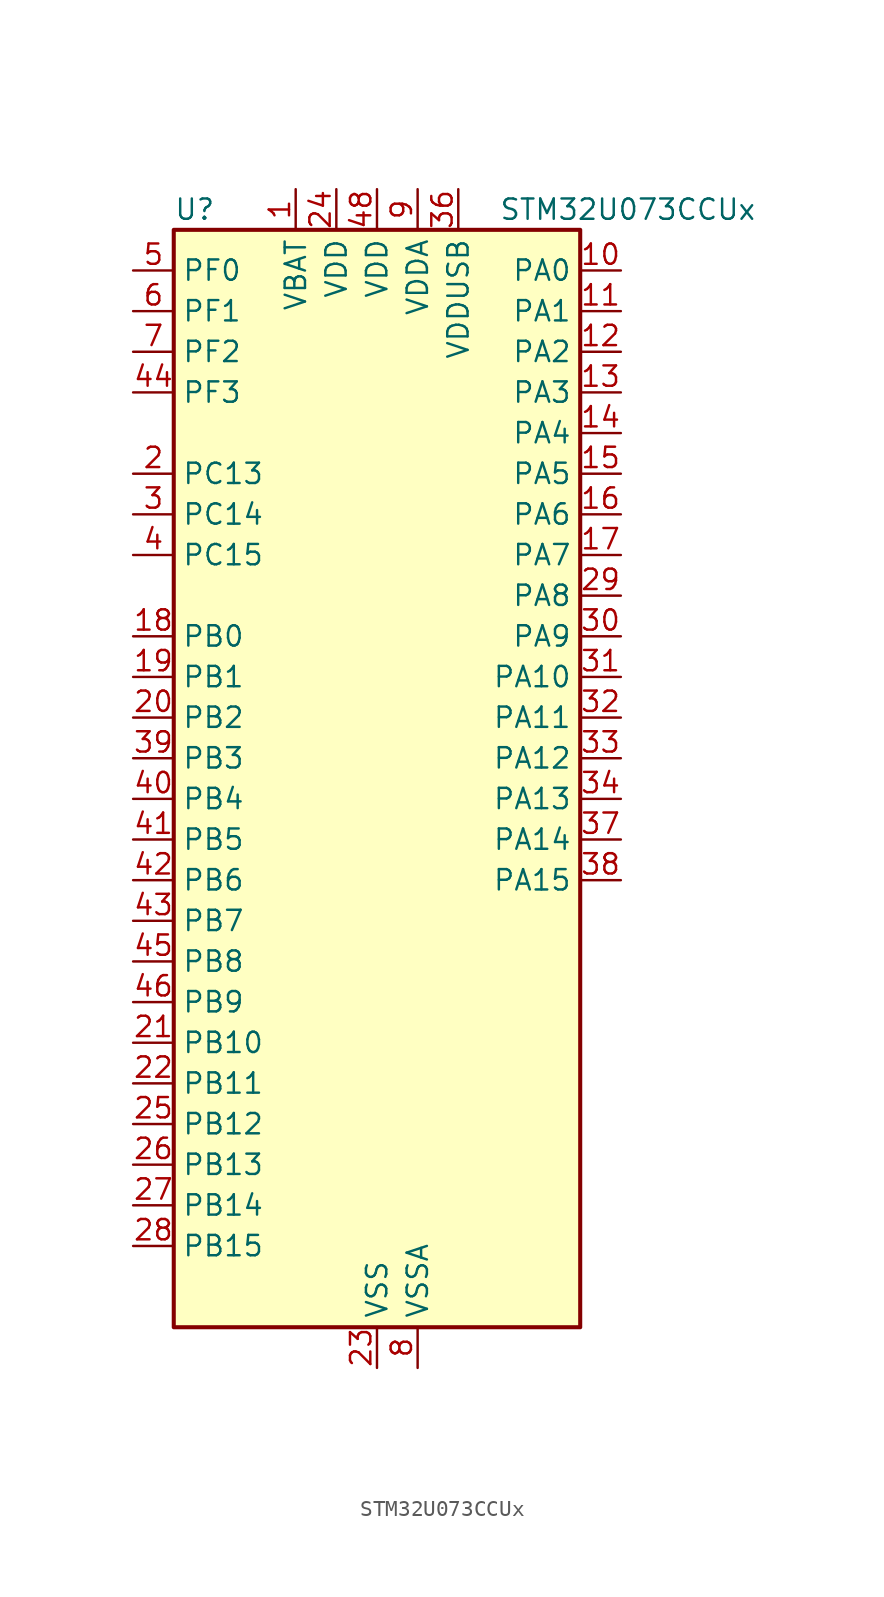
<source format=kicad_sym>
(kicad_symbol_lib
  (version 20231120)
  (generator "kicad_symbol_editor")
  (generator_version "8.99")
  (symbol "STM32U073CCUx"
    (property "Reference" "U"
      (at -12.7 36.83 0)
      (effects (font (size 1.27 1.27)) (justify left)))
    (property "Value" "STM32U073CCUx"
      (at 7.62 36.83 0)
      (effects (font (size 1.27 1.27)) (justify left)))
    (property "ki_locked" ""
      (at 0 0 0)
      (effects (font (size 1.27 1.27))))
    (symbol "STM32U073CCUx_0_1"
      (rectangle (start -12.7 -33.02) (end 12.7 35.56) (stroke (width 0.254) (type default)) (fill (type background))))
    (symbol "STM32U073CCUx_1_1"
      (pin power_in line (at -5.08 38.1 270) (length 2.54) (name "VBAT" (effects (font (size 1.27 1.27)))) (number "1" (effects (font (size 1.27 1.27)))))
      (pin bidirectional line (at 15.24 33.02 180) (length 2.54) (name "PA0" (effects (font (size 1.27 1.27)))) (number "10" (effects (font (size 1.27 1.27)))) (alternate "ADC1_IN4" bidirectional line) (alternate "COMP1_INM" bidirectional line) (alternate "COMP1_OUT" bidirectional line) (alternate "LCD_SEG42" bidirectional line) (alternate "OPAMP1_VINP" bidirectional line) (alternate "PWR_WKUP1" bidirectional line) (alternate "TAMP_IN2" bidirectional line) (alternate "TIM2_CH1" bidirectional line) (alternate "TIM2_ETR" bidirectional line) (alternate "USART2_CTS" bidirectional line) (alternate "USART4_TX" bidirectional line))
      (pin bidirectional line (at 15.24 30.48 180) (length 2.54) (name "PA1" (effects (font (size 1.27 1.27)))) (number "11" (effects (font (size 1.27 1.27)))) (alternate "ADC1_IN5" bidirectional line) (alternate "COMP1_INP" bidirectional line) (alternate "LCD_SEG0" bidirectional line) (alternate "LPTIM1_CH2" bidirectional line) (alternate "OPAMP1_VINM" bidirectional line) (alternate "PWR_WKUP3" bidirectional line) (alternate "SPI1_SCK" bidirectional line) (alternate "SPI2_SCK" bidirectional line) (alternate "TAMP_IN5" bidirectional line) (alternate "TIM15_CH1N" bidirectional line) (alternate "TIM2_CH2" bidirectional line) (alternate "USART2_DE" bidirectional line) (alternate "USART2_RTS" bidirectional line) (alternate "USART4_RX" bidirectional line))
      (pin bidirectional line (at 15.24 27.94 180) (length 2.54) (name "PA2" (effects (font (size 1.27 1.27)))) (number "12" (effects (font (size 1.27 1.27)))) (alternate "ADC1_IN6" bidirectional line) (alternate "COMP2_INM" bidirectional line) (alternate "COMP2_OUT" bidirectional line) (alternate "LCD_SEG1" bidirectional line) (alternate "LPUART1_TX" bidirectional line) (alternate "PWR_WKUP4" bidirectional line) (alternate "RCC_LSCO" bidirectional line) (alternate "TIM15_CH1" bidirectional line) (alternate "TIM2_CH3" bidirectional line) (alternate "USART2_TX" bidirectional line))
      (pin bidirectional line (at 15.24 25.4 180) (length 2.54) (name "PA3" (effects (font (size 1.27 1.27)))) (number "13" (effects (font (size 1.27 1.27)))) (alternate "ADC1_IN7" bidirectional line) (alternate "COMP2_INP" bidirectional line) (alternate "LCD_SEG2" bidirectional line) (alternate "LPUART1_RX" bidirectional line) (alternate "OPAMP1_VOUT" bidirectional line) (alternate "TIM15_CH2" bidirectional line) (alternate "TIM2_CH4" bidirectional line) (alternate "USART2_RX" bidirectional line))
      (pin bidirectional line (at 15.24 22.86 180) (length 2.54) (name "PA4" (effects (font (size 1.27 1.27)))) (number "14" (effects (font (size 1.27 1.27)))) (alternate "ADC1_IN8" bidirectional line) (alternate "COMP1_INM" bidirectional line) (alternate "COMP2_INM" bidirectional line) (alternate "DAC1_OUT1" bidirectional line) (alternate "LCD_SEG43" bidirectional line) (alternate "LPTIM2_CH1" bidirectional line) (alternate "LPUART3_TX" bidirectional line) (alternate "SPI1_NSS" bidirectional line) (alternate "SPI3_NSS" bidirectional line) (alternate "USART2_CK" bidirectional line))
      (pin bidirectional line (at 15.24 20.32 180) (length 2.54) (name "PA5" (effects (font (size 1.27 1.27)))) (number "15" (effects (font (size 1.27 1.27)))) (alternate "ADC1_IN9" bidirectional line) (alternate "COMP1_INM" bidirectional line) (alternate "COMP2_INM" bidirectional line) (alternate "LCD_SEG44" bidirectional line) (alternate "LPTIM2_ETR" bidirectional line) (alternate "LPUART3_RX" bidirectional line) (alternate "SPI1_SCK" bidirectional line) (alternate "TIM2_CH1" bidirectional line) (alternate "TIM2_ETR" bidirectional line) (alternate "USART3_TX" bidirectional line))
      (pin bidirectional line (at 15.24 17.78 180) (length 2.54) (name "PA6" (effects (font (size 1.27 1.27)))) (number "16" (effects (font (size 1.27 1.27)))) (alternate "ADC1_IN10" bidirectional line) (alternate "COMP1_OUT" bidirectional line) (alternate "I2C2_SDA" bidirectional line) (alternate "I2C3_SDA" bidirectional line) (alternate "LCD_SEG3" bidirectional line) (alternate "LPUART1_CTS" bidirectional line) (alternate "SPI1_MISO" bidirectional line) (alternate "TIM16_CH1" bidirectional line) (alternate "TIM1_BKIN" bidirectional line) (alternate "TIM3_CH1" bidirectional line) (alternate "TSC_G5_IO1" bidirectional line) (alternate "USART3_CTS" bidirectional line))
      (pin bidirectional line (at 15.24 15.24 180) (length 2.54) (name "PA7" (effects (font (size 1.27 1.27)))) (number "17" (effects (font (size 1.27 1.27)))) (alternate "ADC1_IN14" bidirectional line) (alternate "COMP2_OUT" bidirectional line) (alternate "I2C2_SCL" bidirectional line) (alternate "I2C3_SCL" bidirectional line) (alternate "LCD_SEG4" bidirectional line) (alternate "LPTIM2_CH2" bidirectional line) (alternate "SPI1_MOSI" bidirectional line) (alternate "TIM1_CH1N" bidirectional line) (alternate "TIM3_CH2" bidirectional line) (alternate "USART3_RX" bidirectional line))
      (pin bidirectional line (at -15.24 10.16 0) (length 2.54) (name "PB0" (effects (font (size 1.27 1.27)))) (number "18" (effects (font (size 1.27 1.27)))) (alternate "ADC1_IN17" bidirectional line) (alternate "COMP1_OUT" bidirectional line) (alternate "LCD_SEG5" bidirectional line) (alternate "LPTIM3_CH1" bidirectional line) (alternate "LPUART2_CTS" bidirectional line) (alternate "SPI1_NSS" bidirectional line) (alternate "TIM1_CH2N" bidirectional line) (alternate "TIM3_CH3" bidirectional line) (alternate "TSC_G5_IO2" bidirectional line) (alternate "USART3_CK" bidirectional line))
      (pin bidirectional line (at -15.24 7.62 0) (length 2.54) (name "PB1" (effects (font (size 1.27 1.27)))) (number "19" (effects (font (size 1.27 1.27)))) (alternate "ADC1_IN18" bidirectional line) (alternate "COMP1_INM" bidirectional line) (alternate "LCD_SEG6" bidirectional line) (alternate "LPTIM2_IN1" bidirectional line) (alternate "LPTIM3_CH2" bidirectional line) (alternate "LPUART1_DE" bidirectional line) (alternate "LPUART1_RTS" bidirectional line) (alternate "LPUART2_DE" bidirectional line) (alternate "LPUART2_RTS" bidirectional line) (alternate "TIM1_CH3N" bidirectional line) (alternate "TIM3_CH4" bidirectional line) (alternate "TSC_SYNC" bidirectional line) (alternate "USART3_DE" bidirectional line) (alternate "USART3_RTS" bidirectional line))
      (pin bidirectional line (at -15.24 20.32 0) (length 2.54) (name "PC13" (effects (font (size 1.27 1.27)))) (number "2" (effects (font (size 1.27 1.27)))) (alternate "LPTIM1_CH3" bidirectional line) (alternate "LPTIM3_CH3" bidirectional line) (alternate "PWR_WKUP2" bidirectional line) (alternate "RTC_OUT1" bidirectional line) (alternate "RTC_TS" bidirectional line) (alternate "TAMP_IN1" bidirectional line))
      (pin bidirectional line (at -15.24 5.08 0) (length 2.54) (name "PB2" (effects (font (size 1.27 1.27)))) (number "20" (effects (font (size 1.27 1.27)))) (alternate "COMP1_INP" bidirectional line) (alternate "LPTIM1_CH1" bidirectional line) (alternate "RTC_OUT2" bidirectional line))
      (pin bidirectional line (at -15.24 -15.24 0) (length 2.54) (name "PB10" (effects (font (size 1.27 1.27)))) (number "21" (effects (font (size 1.27 1.27)))) (alternate "COMP1_OUT" bidirectional line) (alternate "I2C2_SCL" bidirectional line) (alternate "I2C4_SCL" bidirectional line) (alternate "LCD_SEG10" bidirectional line) (alternate "LPTIM3_CH1" bidirectional line) (alternate "LPUART1_RX" bidirectional line) (alternate "LPUART2_RX" bidirectional line) (alternate "SPI2_SCK" bidirectional line) (alternate "TIM2_CH3" bidirectional line) (alternate "TSC_G5_IO3" bidirectional line) (alternate "USART3_TX" bidirectional line))
      (pin bidirectional line (at -15.24 -17.78 0) (length 2.54) (name "PB11" (effects (font (size 1.27 1.27)))) (number "22" (effects (font (size 1.27 1.27)))) (alternate "ADC1_EXTI11" bidirectional line) (alternate "COMP2_OUT" bidirectional line) (alternate "I2C2_SDA" bidirectional line) (alternate "I2C4_SDA" bidirectional line) (alternate "LCD_SEG11" bidirectional line) (alternate "LPUART1_TX" bidirectional line) (alternate "LPUART2_TX" bidirectional line) (alternate "TIM2_CH4" bidirectional line) (alternate "TSC_G5_IO4" bidirectional line) (alternate "USART3_RX" bidirectional line))
      (pin power_in line (at 0 -35.56 90) (length 2.54) (name "VSS" (effects (font (size 1.27 1.27)))) (number "23" (effects (font (size 1.27 1.27)))))
      (pin power_in line (at -2.54 38.1 270) (length 2.54) (name "VDD" (effects (font (size 1.27 1.27)))) (number "24" (effects (font (size 1.27 1.27)))))
      (pin bidirectional line (at -15.24 -20.32 0) (length 2.54) (name "PB12" (effects (font (size 1.27 1.27)))) (number "25" (effects (font (size 1.27 1.27)))) (alternate "LCD_SEG12" bidirectional line) (alternate "LPUART1_DE" bidirectional line) (alternate "LPUART1_RTS" bidirectional line) (alternate "SPI2_NSS" bidirectional line) (alternate "TIM15_BKIN" bidirectional line) (alternate "TIM1_BKIN" bidirectional line) (alternate "TSC_G1_IO1" bidirectional line) (alternate "USART3_CK" bidirectional line))
      (pin bidirectional line (at -15.24 -22.86 0) (length 2.54) (name "PB13" (effects (font (size 1.27 1.27)))) (number "26" (effects (font (size 1.27 1.27)))) (alternate "I2C2_SCL" bidirectional line) (alternate "LCD_SEG13" bidirectional line) (alternate "LPTIM3_IN1" bidirectional line) (alternate "LPUART1_CTS" bidirectional line) (alternate "SPI2_SCK" bidirectional line) (alternate "TIM15_CH1N" bidirectional line) (alternate "TIM1_CH1N" bidirectional line) (alternate "TSC_G1_IO2" bidirectional line) (alternate "USART3_CTS" bidirectional line))
      (pin bidirectional line (at -15.24 -25.4 0) (length 2.54) (name "PB14" (effects (font (size 1.27 1.27)))) (number "27" (effects (font (size 1.27 1.27)))) (alternate "I2C2_SDA" bidirectional line) (alternate "LCD_SEG14" bidirectional line) (alternate "LPTIM3_ETR" bidirectional line) (alternate "SPI2_MISO" bidirectional line) (alternate "TIM15_CH1" bidirectional line) (alternate "TIM1_CH2N" bidirectional line) (alternate "TSC_G1_IO3" bidirectional line) (alternate "USART3_DE" bidirectional line) (alternate "USART3_RTS" bidirectional line))
      (pin bidirectional line (at -15.24 -27.94 0) (length 2.54) (name "PB15" (effects (font (size 1.27 1.27)))) (number "28" (effects (font (size 1.27 1.27)))) (alternate "LCD_SEG15" bidirectional line) (alternate "PWR_WKUP7" bidirectional line) (alternate "RTC_REFIN" bidirectional line) (alternate "SPI2_MOSI" bidirectional line) (alternate "TAMP_IN3" bidirectional line) (alternate "TIM15_CH2" bidirectional line) (alternate "TIM1_CH3N" bidirectional line) (alternate "TSC_G1_IO4" bidirectional line))
      (pin bidirectional line (at 15.24 12.7 180) (length 2.54) (name "PA8" (effects (font (size 1.27 1.27)))) (number "29" (effects (font (size 1.27 1.27)))) (alternate "LCD_COM0" bidirectional line) (alternate "LPTIM2_CH1" bidirectional line) (alternate "RCC_MCO" bidirectional line) (alternate "RCC_MCO2" bidirectional line) (alternate "TIM1_CH1" bidirectional line) (alternate "TSC_G7_IO1" bidirectional line) (alternate "USART1_CK" bidirectional line))
      (pin bidirectional line (at -15.24 17.78 0) (length 2.54) (name "PC14" (effects (font (size 1.27 1.27)))) (number "3" (effects (font (size 1.27 1.27)))) (alternate "RCC_OSC32_IN" bidirectional line))
      (pin bidirectional line (at 15.24 10.16 180) (length 2.54) (name "PA9" (effects (font (size 1.27 1.27)))) (number "30" (effects (font (size 1.27 1.27)))) (alternate "COMP1_INP" bidirectional line) (alternate "DAC1_EXTI9" bidirectional line) (alternate "I2C1_SCL" bidirectional line) (alternate "I2C2_SCL" bidirectional line) (alternate "LCD_COM1" bidirectional line) (alternate "RCC_MCO" bidirectional line) (alternate "TIM15_BKIN" bidirectional line) (alternate "TIM1_CH2" bidirectional line) (alternate "TSC_G7_IO2" bidirectional line) (alternate "USART1_TX" bidirectional line))
      (pin bidirectional line (at 15.24 7.62 180) (length 2.54) (name "PA10" (effects (font (size 1.27 1.27)))) (number "31" (effects (font (size 1.27 1.27)))) (alternate "CRS_SYNC" bidirectional line) (alternate "I2C1_SDA" bidirectional line) (alternate "I2C2_SDA" bidirectional line) (alternate "LCD_COM2" bidirectional line) (alternate "RCC_MCO2" bidirectional line) (alternate "SPI2_NSS" bidirectional line) (alternate "TIM1_CH3" bidirectional line) (alternate "TSC_G7_IO3" bidirectional line) (alternate "USART1_RX" bidirectional line))
      (pin bidirectional line (at 15.24 5.08 180) (length 2.54) (name "PA11" (effects (font (size 1.27 1.27)))) (number "32" (effects (font (size 1.27 1.27)))) (alternate "ADC1_EXTI11" bidirectional line) (alternate "COMP1_OUT" bidirectional line) (alternate "SPI1_MISO" bidirectional line) (alternate "SPI2_MISO" bidirectional line) (alternate "TIM1_BKIN2" bidirectional line) (alternate "TIM1_CH4" bidirectional line) (alternate "USART1_CTS" bidirectional line) (alternate "USB_DM" bidirectional line))
      (pin bidirectional line (at 15.24 2.54 180) (length 2.54) (name "PA12" (effects (font (size 1.27 1.27)))) (number "33" (effects (font (size 1.27 1.27)))) (alternate "SPI1_MOSI" bidirectional line) (alternate "SPI2_MOSI" bidirectional line) (alternate "TIM1_ETR" bidirectional line) (alternate "USART1_DE" bidirectional line) (alternate "USART1_RTS" bidirectional line) (alternate "USB_DP" bidirectional line))
      (pin bidirectional line (at 15.24 0 180) (length 2.54) (name "PA13" (effects (font (size 1.27 1.27)))) (number "34" (effects (font (size 1.27 1.27)))) (alternate "DEBUG_JTMS-SWDIO" bidirectional line) (alternate "IR_OUT" bidirectional line) (alternate "LCD_SEG40" bidirectional line) (alternate "TSC_G7_IO4" bidirectional line) (alternate "USB_NOE" bidirectional line))
      (pin passive line (at 0 -35.56 90) (length 2.54) hide (name "VSS" (effects (font (size 1.27 1.27)))) (number "35" (effects (font (size 1.27 1.27)))))
      (pin power_in line (at 5.08 38.1 270) (length 2.54) (name "VDDUSB" (effects (font (size 1.27 1.27)))) (number "36" (effects (font (size 1.27 1.27)))))
      (pin bidirectional line (at 15.24 -2.54 180) (length 2.54) (name "PA14" (effects (font (size 1.27 1.27)))) (number "37" (effects (font (size 1.27 1.27)))) (alternate "DEBUG_JTCK-SWCLK" bidirectional line) (alternate "LCD_SEG41" bidirectional line) (alternate "LPTIM1_CH1" bidirectional line) (alternate "TSC_G3_IO4" bidirectional line))
      (pin bidirectional line (at 15.24 -5.08 180) (length 2.54) (name "PA15" (effects (font (size 1.27 1.27)))) (number "38" (effects (font (size 1.27 1.27)))) (alternate "DEBUG_JTDI" bidirectional line) (alternate "LCD_SEG17" bidirectional line) (alternate "LPTIM3_CH3" bidirectional line) (alternate "LPTIM3_IN2" bidirectional line) (alternate "SPI1_NSS" bidirectional line) (alternate "SPI3_NSS" bidirectional line) (alternate "TIM2_CH1" bidirectional line) (alternate "TIM2_ETR" bidirectional line) (alternate "TSC_G3_IO1" bidirectional line) (alternate "USART2_RX" bidirectional line) (alternate "USART3_DE" bidirectional line) (alternate "USART3_RTS" bidirectional line) (alternate "USART4_DE" bidirectional line) (alternate "USART4_RTS" bidirectional line))
      (pin bidirectional line (at -15.24 2.54 0) (length 2.54) (name "PB3" (effects (font (size 1.27 1.27)))) (number "39" (effects (font (size 1.27 1.27)))) (alternate "COMP2_INM" bidirectional line) (alternate "DEBUG_JTDO-SWO" bidirectional line) (alternate "I2C2_SCL" bidirectional line) (alternate "I2C3_SCL" bidirectional line) (alternate "LCD_SEG7" bidirectional line) (alternate "LPTIM1_CH3" bidirectional line) (alternate "SPI1_SCK" bidirectional line) (alternate "SPI3_SCK" bidirectional line) (alternate "TIM2_CH2" bidirectional line) (alternate "USART1_DE" bidirectional line) (alternate "USART1_RTS" bidirectional line))
      (pin bidirectional line (at -15.24 15.24 0) (length 2.54) (name "PC15" (effects (font (size 1.27 1.27)))) (number "4" (effects (font (size 1.27 1.27)))) (alternate "RCC_OSC32_EN" bidirectional line) (alternate "RCC_OSC32_OUT" bidirectional line) (alternate "RCC_OSC_EN" bidirectional line))
      (pin bidirectional line (at -15.24 0 0) (length 2.54) (name "PB4" (effects (font (size 1.27 1.27)))) (number "40" (effects (font (size 1.27 1.27)))) (alternate "COMP2_INP" bidirectional line) (alternate "I2C2_SDA" bidirectional line) (alternate "I2C3_SDA" bidirectional line) (alternate "LCD_SEG8" bidirectional line) (alternate "LPTIM1_CH4" bidirectional line) (alternate "LPUART3_DE" bidirectional line) (alternate "LPUART3_RTS" bidirectional line) (alternate "SPI1_MISO" bidirectional line) (alternate "SPI3_MISO" bidirectional line) (alternate "TIM3_CH1" bidirectional line) (alternate "TSC_G2_IO1" bidirectional line) (alternate "USART1_CTS" bidirectional line))
      (pin bidirectional line (at -15.24 -2.54 0) (length 2.54) (name "PB5" (effects (font (size 1.27 1.27)))) (number "41" (effects (font (size 1.27 1.27)))) (alternate "COMP2_OUT" bidirectional line) (alternate "LCD_SEG9" bidirectional line) (alternate "LPTIM1_IN1" bidirectional line) (alternate "LPUART3_CTS" bidirectional line) (alternate "SPI1_MOSI" bidirectional line) (alternate "SPI3_MOSI" bidirectional line) (alternate "TIM16_BKIN" bidirectional line) (alternate "TIM3_CH2" bidirectional line) (alternate "TSC_G2_IO2" bidirectional line) (alternate "USART1_CK" bidirectional line))
      (pin bidirectional line (at -15.24 -5.08 0) (length 2.54) (name "PB6" (effects (font (size 1.27 1.27)))) (number "42" (effects (font (size 1.27 1.27)))) (alternate "COMP2_INP" bidirectional line) (alternate "I2C1_SCL" bidirectional line) (alternate "I2C2_SCL" bidirectional line) (alternate "I2C4_SCL" bidirectional line) (alternate "LPTIM1_ETR" bidirectional line) (alternate "LPUART2_TX" bidirectional line) (alternate "LPUART3_TX" bidirectional line) (alternate "TIM16_CH1N" bidirectional line) (alternate "TSC_G2_IO3" bidirectional line) (alternate "USART1_TX" bidirectional line))
      (pin bidirectional line (at -15.24 -7.62 0) (length 2.54) (name "PB7" (effects (font (size 1.27 1.27)))) (number "43" (effects (font (size 1.27 1.27)))) (alternate "COMP2_INM" bidirectional line) (alternate "I2C1_SDA" bidirectional line) (alternate "I2C2_SDA" bidirectional line) (alternate "I2C4_SDA" bidirectional line) (alternate "LCD_SEG21" bidirectional line) (alternate "LPTIM1_IN2" bidirectional line) (alternate "LPUART2_RX" bidirectional line) (alternate "LPUART3_RX" bidirectional line) (alternate "PWR_PVD_IN" bidirectional line) (alternate "TSC_G2_IO4" bidirectional line) (alternate "USART1_RX" bidirectional line) (alternate "USART4_CTS" bidirectional line))
      (pin bidirectional line (at -15.24 25.4 0) (length 2.54) (name "PF3" (effects (font (size 1.27 1.27)))) (number "44" (effects (font (size 1.27 1.27)))))
      (pin bidirectional line (at -15.24 -10.16 0) (length 2.54) (name "PB8" (effects (font (size 1.27 1.27)))) (number "45" (effects (font (size 1.27 1.27)))) (alternate "I2C1_SCL" bidirectional line) (alternate "I2C2_SCL" bidirectional line) (alternate "LCD_SEG16" bidirectional line) (alternate "LPTIM1_IN2" bidirectional line) (alternate "LPTIM3_IN2" bidirectional line) (alternate "TIM16_CH1" bidirectional line) (alternate "USART3_TX" bidirectional line))
      (pin bidirectional line (at -15.24 -12.7 0) (length 2.54) (name "PB9" (effects (font (size 1.27 1.27)))) (number "46" (effects (font (size 1.27 1.27)))) (alternate "DAC1_EXTI9" bidirectional line) (alternate "I2C1_SDA" bidirectional line) (alternate "I2C2_SDA" bidirectional line) (alternate "IR_OUT" bidirectional line) (alternate "LCD_COM3" bidirectional line) (alternate "LPTIM1_CH4" bidirectional line) (alternate "LPTIM3_CH4" bidirectional line) (alternate "SPI2_NSS" bidirectional line) (alternate "USART3_RX" bidirectional line))
      (pin passive line (at 0 -35.56 90) (length 2.54) hide (name "VSS" (effects (font (size 1.27 1.27)))) (number "47" (effects (font (size 1.27 1.27)))))
      (pin power_in line (at 0 38.1 270) (length 2.54) (name "VDD" (effects (font (size 1.27 1.27)))) (number "48" (effects (font (size 1.27 1.27)))))
      (pin passive line (at 0 -35.56 90) (length 2.54) hide (name "VSS" (effects (font (size 1.27 1.27)))) (number "49" (effects (font (size 1.27 1.27)))))
      (pin bidirectional line (at -15.24 33.02 0) (length 2.54) (name "PF0" (effects (font (size 1.27 1.27)))) (number "5" (effects (font (size 1.27 1.27)))) (alternate "RCC_OSC_IN" bidirectional line))
      (pin bidirectional line (at -15.24 30.48 0) (length 2.54) (name "PF1" (effects (font (size 1.27 1.27)))) (number "6" (effects (font (size 1.27 1.27)))) (alternate "RCC_OSC_EN" bidirectional line) (alternate "RCC_OSC_OUT" bidirectional line))
      (pin bidirectional line (at -15.24 27.94 0) (length 2.54) (name "PF2" (effects (font (size 1.27 1.27)))) (number "7" (effects (font (size 1.27 1.27)))) (alternate "RCC_MCO" bidirectional line))
      (pin power_in line (at 2.54 -35.56 90) (length 2.54) (name "VSSA" (effects (font (size 1.27 1.27)))) (number "8" (effects (font (size 1.27 1.27)))))
      (pin power_in line (at 2.54 38.1 270) (length 2.54) (name "VDDA" (effects (font (size 1.27 1.27)))) (number "9" (effects (font (size 1.27 1.27))))))))
</source>
